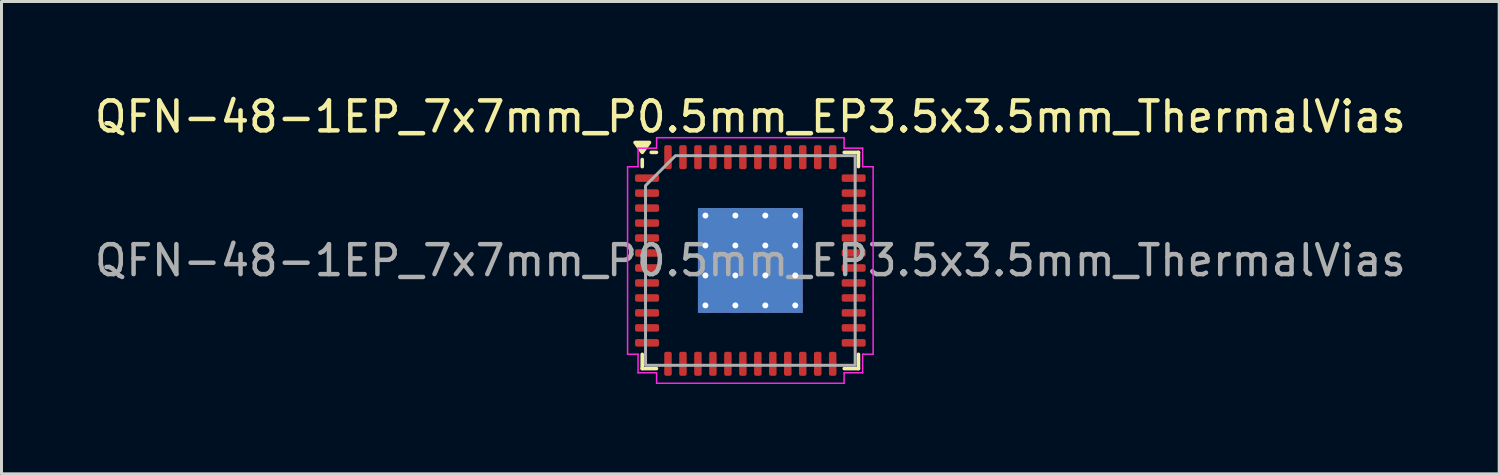
<source format=kicad_pcb>
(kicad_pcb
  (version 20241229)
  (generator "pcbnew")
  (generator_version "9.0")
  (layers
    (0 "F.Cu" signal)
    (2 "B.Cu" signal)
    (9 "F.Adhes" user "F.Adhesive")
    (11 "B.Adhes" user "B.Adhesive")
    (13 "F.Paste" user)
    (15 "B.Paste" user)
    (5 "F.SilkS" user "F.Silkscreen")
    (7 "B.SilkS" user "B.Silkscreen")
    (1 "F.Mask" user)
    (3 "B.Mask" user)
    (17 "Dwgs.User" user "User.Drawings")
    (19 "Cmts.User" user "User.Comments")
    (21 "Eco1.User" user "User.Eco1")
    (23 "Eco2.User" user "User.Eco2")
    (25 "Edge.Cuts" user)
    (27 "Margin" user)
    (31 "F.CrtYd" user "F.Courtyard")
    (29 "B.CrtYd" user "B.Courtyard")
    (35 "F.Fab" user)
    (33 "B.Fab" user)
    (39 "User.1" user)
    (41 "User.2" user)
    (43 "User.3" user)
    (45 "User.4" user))
  (footprint "QFN-48-1EP_7x7mm_P0.5mm_EP3.5x3.5mm_ThermalVias"
    (layer "F.Cu")
    (at 22.006 5.648)
    (property "Reference" "QFN-48-1EP_7x7mm_P0.5mm_EP3.5x3.5mm_ThermalVias" (at 0 -4.8 0) (layer "F.SilkS") (effects (font (size 1 1) (thickness 0.15))))
    (attr smd)
    (fp_line (start -3.61 -3.135) (end -3.61 -3.37) (stroke (width 0.12) (type solid)) (layer "F.SilkS"))
    (fp_line (start -3.61 3.61) (end -3.61 3.135) (stroke (width 0.12) (type solid)) (layer "F.SilkS"))
    (fp_line (start -3.135 -3.61) (end -3.31 -3.61) (stroke (width 0.12) (type solid)) (layer "F.SilkS"))
    (fp_line (start -3.135 3.61) (end -3.61 3.61) (stroke (width 0.12) (type solid)) (layer "F.SilkS"))
    (fp_line (start 3.135 -3.61) (end 3.61 -3.61) (stroke (width 0.12) (type solid)) (layer "F.SilkS"))
    (fp_line (start 3.135 3.61) (end 3.61 3.61) (stroke (width 0.12) (type solid)) (layer "F.SilkS"))
    (fp_line (start 3.61 -3.61) (end 3.61 -3.135) (stroke (width 0.12) (type solid)) (layer "F.SilkS"))
    (fp_line (start 3.61 3.61) (end 3.61 3.135) (stroke (width 0.12) (type solid)) (layer "F.SilkS"))
    (fp_poly (pts (xy -3.61 -3.61) (xy -3.85 -3.94) (xy -3.37 -3.94)) (stroke (width 0.12) (type solid)) (fill yes) (layer "F.SilkS"))
    (fp_line (start -4.1 -3.13) (end -3.75 -3.13) (stroke (width 0.05) (type solid)) (layer "F.CrtYd"))
    (fp_line (start -4.1 3.13) (end -4.1 -3.13) (stroke (width 0.05) (type solid)) (layer "F.CrtYd"))
    (fp_line (start -3.75 -3.75) (end -3.13 -3.75) (stroke (width 0.05) (type solid)) (layer "F.CrtYd"))
    (fp_line (start -3.75 -3.13) (end -3.75 -3.75) (stroke (width 0.05) (type solid)) (layer "F.CrtYd"))
    (fp_line (start -3.75 3.13) (end -4.1 3.13) (stroke (width 0.05) (type solid)) (layer "F.CrtYd"))
    (fp_line (start -3.75 3.75) (end -3.75 3.13) (stroke (width 0.05) (type solid)) (layer "F.CrtYd"))
    (fp_line (start -3.13 -4.1) (end 3.13 -4.1) (stroke (width 0.05) (type solid)) (layer "F.CrtYd"))
    (fp_line (start -3.13 -3.75) (end -3.13 -4.1) (stroke (width 0.05) (type solid)) (layer "F.CrtYd"))
    (fp_line (start -3.13 3.75) (end -3.75 3.75) (stroke (width 0.05) (type solid)) (layer "F.CrtYd"))
    (fp_line (start -3.13 4.1) (end -3.13 3.75) (stroke (width 0.05) (type solid)) (layer "F.CrtYd"))
    (fp_line (start 3.13 -4.1) (end 3.13 -3.75) (stroke (width 0.05) (type solid)) (layer "F.CrtYd"))
    (fp_line (start 3.13 -3.75) (end 3.75 -3.75) (stroke (width 0.05) (type solid)) (layer "F.CrtYd"))
    (fp_line (start 3.13 3.75) (end 3.13 4.1) (stroke (width 0.05) (type solid)) (layer "F.CrtYd"))
    (fp_line (start 3.13 4.1) (end -3.13 4.1) (stroke (width 0.05) (type solid)) (layer "F.CrtYd"))
    (fp_line (start 3.75 -3.75) (end 3.75 -3.13) (stroke (width 0.05) (type solid)) (layer "F.CrtYd"))
    (fp_line (start 3.75 -3.13) (end 4.1 -3.13) (stroke (width 0.05) (type solid)) (layer "F.CrtYd"))
    (fp_line (start 3.75 3.13) (end 3.75 3.75) (stroke (width 0.05) (type solid)) (layer "F.CrtYd"))
    (fp_line (start 3.75 3.75) (end 3.13 3.75) (stroke (width 0.05) (type solid)) (layer "F.CrtYd"))
    (fp_line (start 4.1 -3.13) (end 4.1 3.13) (stroke (width 0.05) (type solid)) (layer "F.CrtYd"))
    (fp_line (start 4.1 3.13) (end 3.75 3.13) (stroke (width 0.05) (type solid)) (layer "F.CrtYd"))
    (fp_poly (pts (xy -3.5 -2.5) (xy -3.5 3.5) (xy 3.5 3.5) (xy 3.5 -3.5) (xy -2.5 -3.5)) (stroke (width 0.1) (type solid)) (fill no) (layer "F.Fab"))
    (fp_text user "${REFERENCE}" (at 0 0 0) (layer "F.Fab") (effects (font (size 1 1) (thickness 0.15))))
    (pad "" smd roundrect (at -1.17 -1.17) (size 0.9 0.9) (layers "F.Paste") (roundrect_rratio 0.25))
    (pad "" smd roundrect (at -1.17 0) (size 0.9 0.9) (layers "F.Paste") (roundrect_rratio 0.25))
    (pad "" smd roundrect (at -1.17 1.17) (size 0.9 0.9) (layers "F.Paste") (roundrect_rratio 0.25))
    (pad "" smd roundrect (at 0 -1.17) (size 0.9 0.9) (layers "F.Paste") (roundrect_rratio 0.25))
    (pad "" smd roundrect (at 0 0) (size 0.9 0.9) (layers "F.Paste") (roundrect_rratio 0.25))
    (pad "" smd roundrect (at 0 1.17) (size 0.9 0.9) (layers "F.Paste") (roundrect_rratio 0.25))
    (pad "" smd roundrect (at 1.17 -1.17) (size 0.9 0.9) (layers "F.Paste") (roundrect_rratio 0.25))
    (pad "" smd roundrect (at 1.17 0) (size 0.9 0.9) (layers "F.Paste") (roundrect_rratio 0.25))
    (pad "" smd roundrect (at 1.17 1.17) (size 0.9 0.9) (layers "F.Paste") (roundrect_rratio 0.25))
    (pad "1" smd roundrect (at -3.45 -2.75) (size 0.8 0.25) (layers "F.Cu" "F.Mask" "F.Paste") (roundrect_rratio 0.25))
    (pad "2" smd roundrect (at -3.45 -2.25) (size 0.8 0.25) (layers "F.Cu" "F.Mask" "F.Paste") (roundrect_rratio 0.25))
    (pad "3" smd roundrect (at -3.45 -1.75) (size 0.8 0.25) (layers "F.Cu" "F.Mask" "F.Paste") (roundrect_rratio 0.25))
    (pad "4" smd roundrect (at -3.45 -1.25) (size 0.8 0.25) (layers "F.Cu" "F.Mask" "F.Paste") (roundrect_rratio 0.25))
    (pad "5" smd roundrect (at -3.45 -0.75) (size 0.8 0.25) (layers "F.Cu" "F.Mask" "F.Paste") (roundrect_rratio 0.25))
    (pad "6" smd roundrect (at -3.45 -0.25) (size 0.8 0.25) (layers "F.Cu" "F.Mask" "F.Paste") (roundrect_rratio 0.25))
    (pad "7" smd roundrect (at -3.45 0.25) (size 0.8 0.25) (layers "F.Cu" "F.Mask" "F.Paste") (roundrect_rratio 0.25))
    (pad "8" smd roundrect (at -3.45 0.75) (size 0.8 0.25) (layers "F.Cu" "F.Mask" "F.Paste") (roundrect_rratio 0.25))
    (pad "9" smd roundrect (at -3.45 1.25) (size 0.8 0.25) (layers "F.Cu" "F.Mask" "F.Paste") (roundrect_rratio 0.25))
    (pad "10" smd roundrect (at -3.45 1.75) (size 0.8 0.25) (layers "F.Cu" "F.Mask" "F.Paste") (roundrect_rratio 0.25))
    (pad "11" smd roundrect (at -3.45 2.25) (size 0.8 0.25) (layers "F.Cu" "F.Mask" "F.Paste") (roundrect_rratio 0.25))
    (pad "12" smd roundrect (at -3.45 2.75) (size 0.8 0.25) (layers "F.Cu" "F.Mask" "F.Paste") (roundrect_rratio 0.25))
    (pad "13" smd roundrect (at -2.75 3.45) (size 0.25 0.8) (layers "F.Cu" "F.Mask" "F.Paste") (roundrect_rratio 0.25))
    (pad "14" smd roundrect (at -2.25 3.45) (size 0.25 0.8) (layers "F.Cu" "F.Mask" "F.Paste") (roundrect_rratio 0.25))
    (pad "15" smd roundrect (at -1.75 3.45) (size 0.25 0.8) (layers "F.Cu" "F.Mask" "F.Paste") (roundrect_rratio 0.25))
    (pad "16" smd roundrect (at -1.25 3.45) (size 0.25 0.8) (layers "F.Cu" "F.Mask" "F.Paste") (roundrect_rratio 0.25))
    (pad "17" smd roundrect (at -0.75 3.45) (size 0.25 0.8) (layers "F.Cu" "F.Mask" "F.Paste") (roundrect_rratio 0.25))
    (pad "18" smd roundrect (at -0.25 3.45) (size 0.25 0.8) (layers "F.Cu" "F.Mask" "F.Paste") (roundrect_rratio 0.25))
    (pad "19" smd roundrect (at 0.25 3.45) (size 0.25 0.8) (layers "F.Cu" "F.Mask" "F.Paste") (roundrect_rratio 0.25))
    (pad "20" smd roundrect (at 0.75 3.45) (size 0.25 0.8) (layers "F.Cu" "F.Mask" "F.Paste") (roundrect_rratio 0.25))
    (pad "21" smd roundrect (at 1.25 3.45) (size 0.25 0.8) (layers "F.Cu" "F.Mask" "F.Paste") (roundrect_rratio 0.25))
    (pad "22" smd roundrect (at 1.75 3.45) (size 0.25 0.8) (layers "F.Cu" "F.Mask" "F.Paste") (roundrect_rratio 0.25))
    (pad "23" smd roundrect (at 2.25 3.45) (size 0.25 0.8) (layers "F.Cu" "F.Mask" "F.Paste") (roundrect_rratio 0.25))
    (pad "24" smd roundrect (at 2.75 3.45) (size 0.25 0.8) (layers "F.Cu" "F.Mask" "F.Paste") (roundrect_rratio 0.25))
    (pad "25" smd roundrect (at 3.45 2.75) (size 0.8 0.25) (layers "F.Cu" "F.Mask" "F.Paste") (roundrect_rratio 0.25))
    (pad "26" smd roundrect (at 3.45 2.25) (size 0.8 0.25) (layers "F.Cu" "F.Mask" "F.Paste") (roundrect_rratio 0.25))
    (pad "27" smd roundrect (at 3.45 1.75) (size 0.8 0.25) (layers "F.Cu" "F.Mask" "F.Paste") (roundrect_rratio 0.25))
    (pad "28" smd roundrect (at 3.45 1.25) (size 0.8 0.25) (layers "F.Cu" "F.Mask" "F.Paste") (roundrect_rratio 0.25))
    (pad "29" smd roundrect (at 3.45 0.75) (size 0.8 0.25) (layers "F.Cu" "F.Mask" "F.Paste") (roundrect_rratio 0.25))
    (pad "30" smd roundrect (at 3.45 0.25) (size 0.8 0.25) (layers "F.Cu" "F.Mask" "F.Paste") (roundrect_rratio 0.25))
    (pad "31" smd roundrect (at 3.45 -0.25) (size 0.8 0.25) (layers "F.Cu" "F.Mask" "F.Paste") (roundrect_rratio 0.25))
    (pad "32" smd roundrect (at 3.45 -0.75) (size 0.8 0.25) (layers "F.Cu" "F.Mask" "F.Paste") (roundrect_rratio 0.25))
    (pad "33" smd roundrect (at 3.45 -1.25) (size 0.8 0.25) (layers "F.Cu" "F.Mask" "F.Paste") (roundrect_rratio 0.25))
    (pad "34" smd roundrect (at 3.45 -1.75) (size 0.8 0.25) (layers "F.Cu" "F.Mask" "F.Paste") (roundrect_rratio 0.25))
    (pad "35" smd roundrect (at 3.45 -2.25) (size 0.8 0.25) (layers "F.Cu" "F.Mask" "F.Paste") (roundrect_rratio 0.25))
    (pad "36" smd roundrect (at 3.45 -2.75) (size 0.8 0.25) (layers "F.Cu" "F.Mask" "F.Paste") (roundrect_rratio 0.25))
    (pad "37" smd roundrect (at 2.75 -3.45) (size 0.25 0.8) (layers "F.Cu" "F.Mask" "F.Paste") (roundrect_rratio 0.25))
    (pad "38" smd roundrect (at 2.25 -3.45) (size 0.25 0.8) (layers "F.Cu" "F.Mask" "F.Paste") (roundrect_rratio 0.25))
    (pad "39" smd roundrect (at 1.75 -3.45) (size 0.25 0.8) (layers "F.Cu" "F.Mask" "F.Paste") (roundrect_rratio 0.25))
    (pad "40" smd roundrect (at 1.25 -3.45) (size 0.25 0.8) (layers "F.Cu" "F.Mask" "F.Paste") (roundrect_rratio 0.25))
    (pad "41" smd roundrect (at 0.75 -3.45) (size 0.25 0.8) (layers "F.Cu" "F.Mask" "F.Paste") (roundrect_rratio 0.25))
    (pad "42" smd roundrect (at 0.25 -3.45) (size 0.25 0.8) (layers "F.Cu" "F.Mask" "F.Paste") (roundrect_rratio 0.25))
    (pad "43" smd roundrect (at -0.25 -3.45) (size 0.25 0.8) (layers "F.Cu" "F.Mask" "F.Paste") (roundrect_rratio 0.25))
    (pad "44" smd roundrect (at -0.75 -3.45) (size 0.25 0.8) (layers "F.Cu" "F.Mask" "F.Paste") (roundrect_rratio 0.25))
    (pad "45" smd roundrect (at -1.25 -3.45) (size 0.25 0.8) (layers "F.Cu" "F.Mask" "F.Paste") (roundrect_rratio 0.25))
    (pad "46" smd roundrect (at -1.75 -3.45) (size 0.25 0.8) (layers "F.Cu" "F.Mask" "F.Paste") (roundrect_rratio 0.25))
    (pad "47" smd roundrect (at -2.25 -3.45) (size 0.25 0.8) (layers "F.Cu" "F.Mask" "F.Paste") (roundrect_rratio 0.25))
    (pad "48" smd roundrect (at -2.75 -3.45) (size 0.25 0.8) (layers "F.Cu" "F.Mask" "F.Paste") (roundrect_rratio 0.25))
    (pad "49" thru_hole circle (at -1.5 -1.5) (size 0.5 0.5) (drill 0.2) (property pad_prop_heatsink) (layers "*.Cu"))
    (pad "49" thru_hole circle (at -1.5 -0.5) (size 0.5 0.5) (drill 0.2) (property pad_prop_heatsink) (layers "*.Cu"))
    (pad "49" thru_hole circle (at -1.5 0.5) (size 0.5 0.5) (drill 0.2) (property pad_prop_heatsink) (layers "*.Cu"))
    (pad "49" thru_hole circle (at -1.5 1.5) (size 0.5 0.5) (drill 0.2) (property pad_prop_heatsink) (layers "*.Cu"))
    (pad "49" thru_hole circle (at -0.5 -1.5) (size 0.5 0.5) (drill 0.2) (property pad_prop_heatsink) (layers "*.Cu"))
    (pad "49" thru_hole circle (at -0.5 -0.5) (size 0.5 0.5) (drill 0.2) (property pad_prop_heatsink) (layers "*.Cu"))
    (pad "49" thru_hole circle (at -0.5 0.5) (size 0.5 0.5) (drill 0.2) (property pad_prop_heatsink) (layers "*.Cu"))
    (pad "49" thru_hole circle (at -0.5 1.5) (size 0.5 0.5) (drill 0.2) (property pad_prop_heatsink) (layers "*.Cu"))
    (pad "49" smd rect (at 0 0) (size 3.5 3.5) (property pad_prop_heatsink) (layers "F.Cu" "F.Mask"))
    (pad "49" smd rect (at 0 0) (size 3.5 3.5) (property pad_prop_heatsink) (layers "B.Cu"))
    (pad "49" thru_hole circle (at 0.5 -1.5) (size 0.5 0.5) (drill 0.2) (property pad_prop_heatsink) (layers "*.Cu"))
    (pad "49" thru_hole circle (at 0.5 -0.5) (size 0.5 0.5) (drill 0.2) (property pad_prop_heatsink) (layers "*.Cu"))
    (pad "49" thru_hole circle (at 0.5 0.5) (size 0.5 0.5) (drill 0.2) (property pad_prop_heatsink) (layers "*.Cu"))
    (pad "49" thru_hole circle (at 0.5 1.5) (size 0.5 0.5) (drill 0.2) (property pad_prop_heatsink) (layers "*.Cu"))
    (pad "49" thru_hole circle (at 1.5 -1.5) (size 0.5 0.5) (drill 0.2) (property pad_prop_heatsink) (layers "*.Cu"))
    (pad "49" thru_hole circle (at 1.5 -0.5) (size 0.5 0.5) (drill 0.2) (property pad_prop_heatsink) (layers "*.Cu"))
    (pad "49" thru_hole circle (at 1.5 0.5) (size 0.5 0.5) (drill 0.2) (property pad_prop_heatsink) (layers "*.Cu"))
    (pad "49" thru_hole circle (at 1.5 1.5) (size 0.5 0.5) (drill 0.2) (property pad_prop_heatsink) (layers "*.Cu")))
  (gr_rect
    (start -3 -3)
    (end 47.012 12.773)
    (stroke (width 0.1) (type default))
    (fill no)
    (layer "Edge.Cuts")))
</source>
